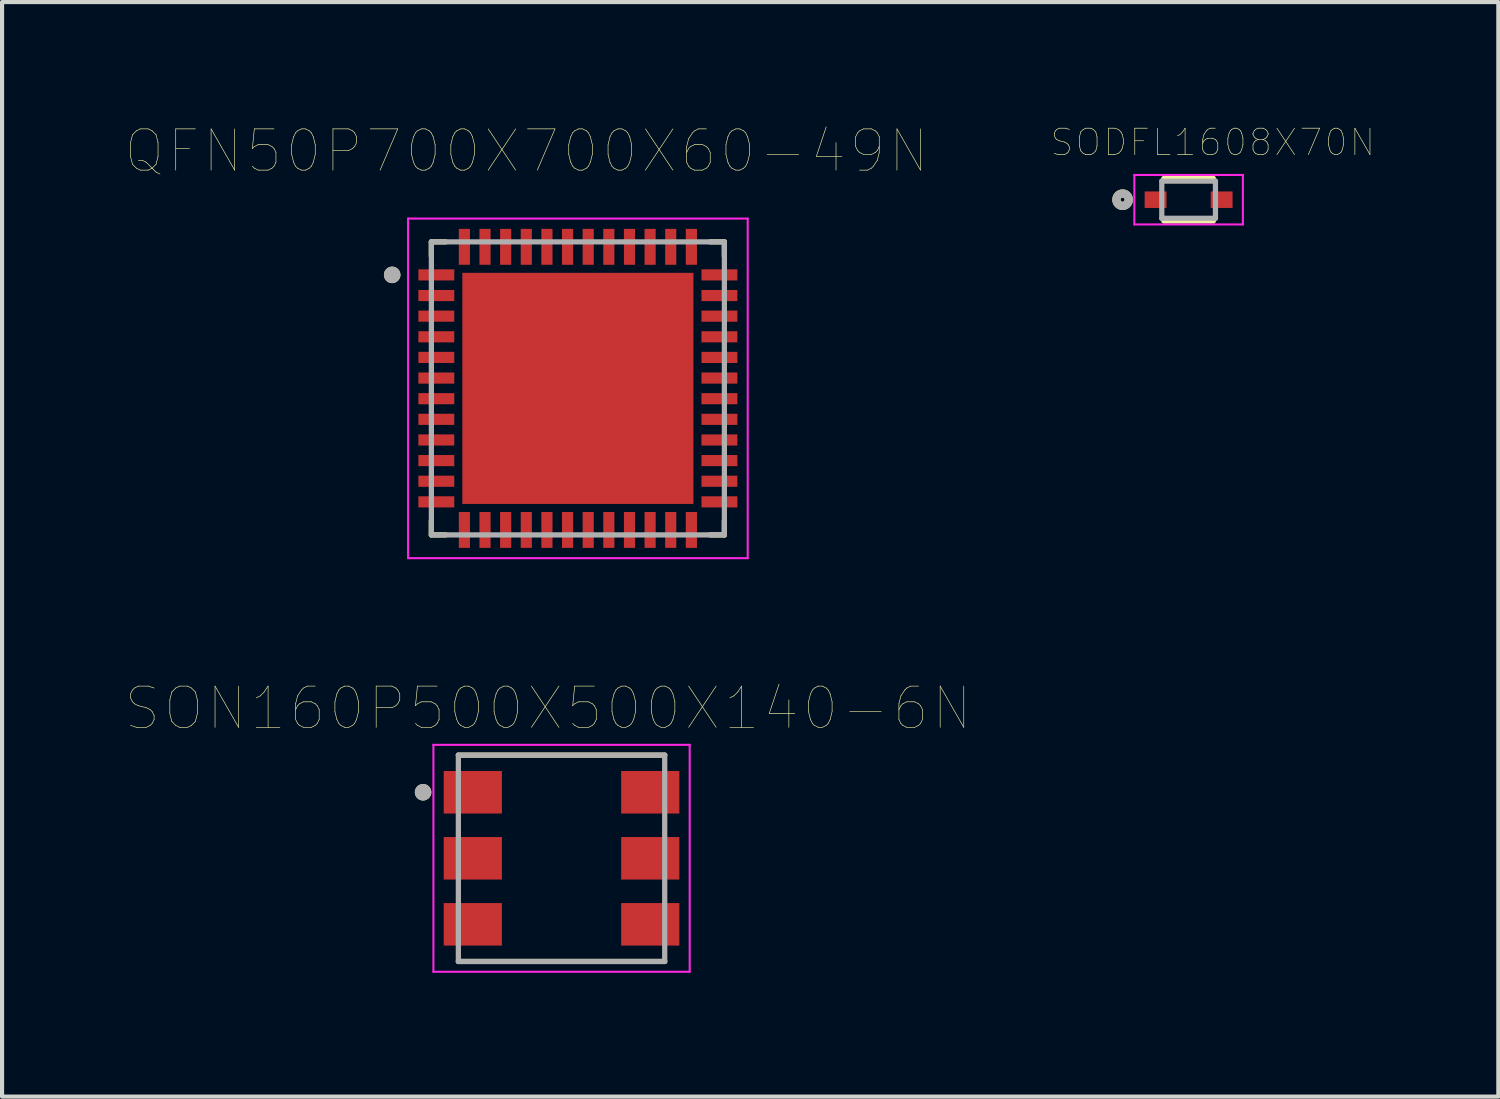
<source format=kicad_pcb>
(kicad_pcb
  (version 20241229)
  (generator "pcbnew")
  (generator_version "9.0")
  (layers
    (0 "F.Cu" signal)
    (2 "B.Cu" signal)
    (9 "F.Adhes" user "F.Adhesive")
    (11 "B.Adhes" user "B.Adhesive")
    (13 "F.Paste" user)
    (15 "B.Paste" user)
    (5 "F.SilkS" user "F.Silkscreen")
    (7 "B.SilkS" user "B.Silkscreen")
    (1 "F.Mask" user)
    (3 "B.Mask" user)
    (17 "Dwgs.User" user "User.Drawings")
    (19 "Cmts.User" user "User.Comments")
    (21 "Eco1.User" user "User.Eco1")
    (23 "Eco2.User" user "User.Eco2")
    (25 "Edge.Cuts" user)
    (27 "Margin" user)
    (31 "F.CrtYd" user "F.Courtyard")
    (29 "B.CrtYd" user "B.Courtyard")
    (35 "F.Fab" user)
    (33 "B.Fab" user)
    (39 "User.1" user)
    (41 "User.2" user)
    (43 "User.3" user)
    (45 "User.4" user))
  (footprint "SON160P500X500X140-6N"
    (layer "F.Cu")
    (at 10.557 17.748)
    (property "Reference" "SON160P500X500X140-6N" (at -0.325 -3.635 0) (layer "F.SilkS") (effects (font (size 1 1) (thickness 0.015))))
    (attr through_hole)
    (fp_line (start -2.5 -2.5) (end 2.5 -2.5) (stroke (width 0.127) (type solid)) (layer "F.SilkS"))
    (fp_line (start -2.5 2.5) (end 2.5 2.5) (stroke (width 0.127) (type solid)) (layer "F.SilkS"))
    (fp_circle (center -3.355 -1.6) (end -3.255 -1.6) (stroke (width 0.2) (type solid)) (fill no) (layer "F.SilkS"))
    (fp_line (start -3.105 -2.75) (end -3.105 2.75) (stroke (width 0.05) (type solid)) (layer "F.CrtYd"))
    (fp_line (start -3.105 -2.75) (end 3.105 -2.75) (stroke (width 0.05) (type solid)) (layer "F.CrtYd"))
    (fp_line (start -3.105 2.75) (end 3.105 2.75) (stroke (width 0.05) (type solid)) (layer "F.CrtYd"))
    (fp_line (start 3.105 -2.75) (end 3.105 2.75) (stroke (width 0.05) (type solid)) (layer "F.CrtYd"))
    (fp_line (start -2.5 -2.5) (end -2.5 2.5) (stroke (width 0.127) (type solid)) (layer "F.Fab"))
    (fp_line (start -2.5 -2.5) (end 2.5 -2.5) (stroke (width 0.127) (type solid)) (layer "F.Fab"))
    (fp_line (start -2.5 2.5) (end 2.5 2.5) (stroke (width 0.127) (type solid)) (layer "F.Fab"))
    (fp_line (start 2.5 -2.5) (end 2.5 2.5) (stroke (width 0.127) (type solid)) (layer "F.Fab"))
    (fp_circle (center -3.355 -1.6) (end -3.255 -1.6) (stroke (width 0.2) (type solid)) (fill no) (layer "F.Fab"))
    (pad "1" smd rect (at -2.15 -1.6) (size 1.41 1.03) (layers "F.Cu" "F.Mask" "F.Paste"))
    (pad "2" smd rect (at -2.15 0) (size 1.41 1.03) (layers "F.Cu" "F.Mask" "F.Paste"))
    (pad "3" smd rect (at -2.15 1.6) (size 1.41 1.03) (layers "F.Cu" "F.Mask" "F.Paste"))
    (pad "4" smd rect (at 2.15 1.6) (size 1.41 1.03) (layers "F.Cu" "F.Mask" "F.Paste"))
    (pad "5" smd rect (at 2.15 0) (size 1.41 1.03) (layers "F.Cu" "F.Mask" "F.Paste"))
    (pad "6" smd rect (at 2.15 -1.6) (size 1.41 1.03) (layers "F.Cu" "F.Mask" "F.Paste")))
  (footprint "QFN50P700X700X60-49N"
    (layer "F.Cu")
    (at 10.953 6.361)
    (property "Reference" "QFN50P700X700X60-49N" (at -1.245 -5.75 0) (layer "F.SilkS") (effects (font (size 1 1) (thickness 0.015))))
    (attr through_hole)
    (fp_line (start -3.55 -3.55) (end -3.55 -3.205) (stroke (width 0.127) (type solid)) (layer "F.SilkS"))
    (fp_line (start -3.55 -3.55) (end -3.205 -3.55) (stroke (width 0.127) (type solid)) (layer "F.SilkS"))
    (fp_line (start -3.55 3.55) (end -3.55 3.205) (stroke (width 0.127) (type solid)) (layer "F.SilkS"))
    (fp_line (start -3.55 3.55) (end -3.205 3.55) (stroke (width 0.127) (type solid)) (layer "F.SilkS"))
    (fp_line (start 3.55 -3.55) (end 3.205 -3.55) (stroke (width 0.127) (type solid)) (layer "F.SilkS"))
    (fp_line (start 3.55 -3.55) (end 3.55 -3.205) (stroke (width 0.127) (type solid)) (layer "F.SilkS"))
    (fp_line (start 3.55 3.55) (end 3.205 3.55) (stroke (width 0.127) (type solid)) (layer "F.SilkS"))
    (fp_line (start 3.55 3.55) (end 3.55 3.205) (stroke (width 0.127) (type solid)) (layer "F.SilkS"))
    (fp_circle (center -4.5 -2.75) (end -4.4 -2.75) (stroke (width 0.2) (type solid)) (fill no) (layer "F.SilkS"))
    (fp_poly (pts (xy -2.29 -2.29) (xy -0.51 -2.29) (xy -0.51 -0.51) (xy -2.29 -0.51)) (stroke (width 0.01) (type solid)) (fill yes) (layer "F.Paste"))
    (fp_poly (pts (xy -2.29 0.51) (xy -0.51 0.51) (xy -0.51 2.29) (xy -2.29 2.29)) (stroke (width 0.01) (type solid)) (fill yes) (layer "F.Paste"))
    (fp_poly (pts (xy 0.51 -2.29) (xy 2.29 -2.29) (xy 2.29 -0.51) (xy 0.51 -0.51)) (stroke (width 0.01) (type solid)) (fill yes) (layer "F.Paste"))
    (fp_poly (pts (xy 0.51 0.51) (xy 2.29 0.51) (xy 2.29 2.29) (xy 0.51 2.29)) (stroke (width 0.01) (type solid)) (fill yes) (layer "F.Paste"))
    (fp_line (start -4.115 -4.115) (end 4.115 -4.115) (stroke (width 0.05) (type solid)) (layer "F.CrtYd"))
    (fp_line (start -4.115 4.115) (end -4.115 -4.115) (stroke (width 0.05) (type solid)) (layer "F.CrtYd"))
    (fp_line (start -4.115 4.115) (end 4.115 4.115) (stroke (width 0.05) (type solid)) (layer "F.CrtYd"))
    (fp_line (start 4.115 4.115) (end 4.115 -4.115) (stroke (width 0.05) (type solid)) (layer "F.CrtYd"))
    (fp_line (start -3.55 3.55) (end -3.55 -3.55) (stroke (width 0.127) (type solid)) (layer "F.Fab"))
    (fp_line (start 3.55 -3.55) (end -3.55 -3.55) (stroke (width 0.127) (type solid)) (layer "F.Fab"))
    (fp_line (start 3.55 3.55) (end -3.55 3.55) (stroke (width 0.127) (type solid)) (layer "F.Fab"))
    (fp_line (start 3.55 3.55) (end 3.55 -3.55) (stroke (width 0.127) (type solid)) (layer "F.Fab"))
    (fp_circle (center -4.5 -2.75) (end -4.4 -2.75) (stroke (width 0.2) (type solid)) (fill no) (layer "F.Fab"))
    (pad "1" smd rect (at -3.43 -2.75) (size 0.87 0.27) (layers "F.Cu" "F.Mask" "F.Paste"))
    (pad "2" smd rect (at -3.43 -2.25) (size 0.87 0.27) (layers "F.Cu" "F.Mask" "F.Paste"))
    (pad "3" smd rect (at -3.43 -1.75) (size 0.87 0.27) (layers "F.Cu" "F.Mask" "F.Paste"))
    (pad "4" smd rect (at -3.43 -1.25) (size 0.87 0.27) (layers "F.Cu" "F.Mask" "F.Paste"))
    (pad "5" smd rect (at -3.43 -0.75) (size 0.87 0.27) (layers "F.Cu" "F.Mask" "F.Paste"))
    (pad "6" smd rect (at -3.43 -0.25) (size 0.87 0.27) (layers "F.Cu" "F.Mask" "F.Paste"))
    (pad "7" smd rect (at -3.43 0.25) (size 0.87 0.27) (layers "F.Cu" "F.Mask" "F.Paste"))
    (pad "8" smd rect (at -3.43 0.75) (size 0.87 0.27) (layers "F.Cu" "F.Mask" "F.Paste"))
    (pad "9" smd rect (at -3.43 1.25) (size 0.87 0.27) (layers "F.Cu" "F.Mask" "F.Paste"))
    (pad "10" smd rect (at -3.43 1.75) (size 0.87 0.27) (layers "F.Cu" "F.Mask" "F.Paste"))
    (pad "11" smd rect (at -3.43 2.25) (size 0.87 0.27) (layers "F.Cu" "F.Mask" "F.Paste"))
    (pad "12" smd rect (at -3.43 2.75) (size 0.87 0.27) (layers "F.Cu" "F.Mask" "F.Paste"))
    (pad "13" smd rect (at -2.75 3.43) (size 0.27 0.87) (layers "F.Cu" "F.Mask" "F.Paste"))
    (pad "14" smd rect (at -2.25 3.43) (size 0.27 0.87) (layers "F.Cu" "F.Mask" "F.Paste"))
    (pad "15" smd rect (at -1.75 3.43) (size 0.27 0.87) (layers "F.Cu" "F.Mask" "F.Paste"))
    (pad "16" smd rect (at -1.25 3.43) (size 0.27 0.87) (layers "F.Cu" "F.Mask" "F.Paste"))
    (pad "17" smd rect (at -0.75 3.43) (size 0.27 0.87) (layers "F.Cu" "F.Mask" "F.Paste"))
    (pad "18" smd rect (at -0.25 3.43) (size 0.27 0.87) (layers "F.Cu" "F.Mask" "F.Paste"))
    (pad "19" smd rect (at 0.25 3.43) (size 0.27 0.87) (layers "F.Cu" "F.Mask" "F.Paste"))
    (pad "20" smd rect (at 0.75 3.43) (size 0.27 0.87) (layers "F.Cu" "F.Mask" "F.Paste"))
    (pad "21" smd rect (at 1.25 3.43) (size 0.27 0.87) (layers "F.Cu" "F.Mask" "F.Paste"))
    (pad "22" smd rect (at 1.75 3.43) (size 0.27 0.87) (layers "F.Cu" "F.Mask" "F.Paste"))
    (pad "23" smd rect (at 2.25 3.43) (size 0.27 0.87) (layers "F.Cu" "F.Mask" "F.Paste"))
    (pad "24" smd rect (at 2.75 3.43) (size 0.27 0.87) (layers "F.Cu" "F.Mask" "F.Paste"))
    (pad "25" smd rect (at 3.43 2.75) (size 0.87 0.27) (layers "F.Cu" "F.Mask" "F.Paste"))
    (pad "26" smd rect (at 3.43 2.25) (size 0.87 0.27) (layers "F.Cu" "F.Mask" "F.Paste"))
    (pad "27" smd rect (at 3.43 1.75) (size 0.87 0.27) (layers "F.Cu" "F.Mask" "F.Paste"))
    (pad "28" smd rect (at 3.43 1.25) (size 0.87 0.27) (layers "F.Cu" "F.Mask" "F.Paste"))
    (pad "29" smd rect (at 3.43 0.75) (size 0.87 0.27) (layers "F.Cu" "F.Mask" "F.Paste"))
    (pad "30" smd rect (at 3.43 0.25) (size 0.87 0.27) (layers "F.Cu" "F.Mask" "F.Paste"))
    (pad "31" smd rect (at 3.43 -0.25) (size 0.87 0.27) (layers "F.Cu" "F.Mask" "F.Paste"))
    (pad "32" smd rect (at 3.43 -0.75) (size 0.87 0.27) (layers "F.Cu" "F.Mask" "F.Paste"))
    (pad "33" smd rect (at 3.43 -1.25) (size 0.87 0.27) (layers "F.Cu" "F.Mask" "F.Paste"))
    (pad "34" smd rect (at 3.43 -1.75) (size 0.87 0.27) (layers "F.Cu" "F.Mask" "F.Paste"))
    (pad "35" smd rect (at 3.43 -2.25) (size 0.87 0.27) (layers "F.Cu" "F.Mask" "F.Paste"))
    (pad "36" smd rect (at 3.43 -2.75) (size 0.87 0.27) (layers "F.Cu" "F.Mask" "F.Paste"))
    (pad "37" smd rect (at 2.75 -3.43) (size 0.27 0.87) (layers "F.Cu" "F.Mask" "F.Paste"))
    (pad "38" smd rect (at 2.25 -3.43) (size 0.27 0.87) (layers "F.Cu" "F.Mask" "F.Paste"))
    (pad "39" smd rect (at 1.75 -3.43) (size 0.27 0.87) (layers "F.Cu" "F.Mask" "F.Paste"))
    (pad "40" smd rect (at 1.25 -3.43) (size 0.27 0.87) (layers "F.Cu" "F.Mask" "F.Paste"))
    (pad "41" smd rect (at 0.75 -3.43) (size 0.27 0.87) (layers "F.Cu" "F.Mask" "F.Paste"))
    (pad "42" smd rect (at 0.25 -3.43) (size 0.27 0.87) (layers "F.Cu" "F.Mask" "F.Paste"))
    (pad "43" smd rect (at -0.25 -3.43) (size 0.27 0.87) (layers "F.Cu" "F.Mask" "F.Paste"))
    (pad "44" smd rect (at -0.75 -3.43) (size 0.27 0.87) (layers "F.Cu" "F.Mask" "F.Paste"))
    (pad "45" smd rect (at -1.25 -3.43) (size 0.27 0.87) (layers "F.Cu" "F.Mask" "F.Paste"))
    (pad "46" smd rect (at -1.75 -3.43) (size 0.27 0.87) (layers "F.Cu" "F.Mask" "F.Paste"))
    (pad "47" smd rect (at -2.25 -3.43) (size 0.27 0.87) (layers "F.Cu" "F.Mask" "F.Paste"))
    (pad "48" smd rect (at -2.75 -3.43) (size 0.27 0.87) (layers "F.Cu" "F.Mask" "F.Paste"))
    (pad "49" smd rect (at 0 0) (size 5.6 5.6) (layers "F.Cu" "F.Mask")))
  (footprint "SODFL1608X70N"
    (layer "F.Cu")
    (at 25.752 1.789)
    (property "Reference" "SODFL1608X70N" (at 0.585 -1.388 0) (layer "F.SilkS") (effects (font (size 0.64 0.64) (thickness 0.015))))
    (attr through_hole)
    (fp_line (start -0.6 -0.515) (end 0.6 -0.515) (stroke (width 0.127) (type solid)) (layer "F.SilkS"))
    (fp_line (start 0.6 0.515) (end -0.6 0.515) (stroke (width 0.127) (type solid)) (layer "F.SilkS"))
    (fp_circle (center -1.6 0) (end -1.55 0) (stroke (width 0.2) (type solid)) (fill no) (layer "F.SilkS"))
    (fp_line (start -1.315 -0.6) (end 1.315 -0.6) (stroke (width 0.05) (type solid)) (layer "F.CrtYd"))
    (fp_line (start -1.315 0.6) (end -1.315 -0.6) (stroke (width 0.05) (type solid)) (layer "F.CrtYd"))
    (fp_line (start 1.315 -0.6) (end 1.315 0.6) (stroke (width 0.05) (type solid)) (layer "F.CrtYd"))
    (fp_line (start 1.315 0.6) (end -1.315 0.6) (stroke (width 0.05) (type solid)) (layer "F.CrtYd"))
    (fp_line (start -0.65 -0.45) (end 0.65 -0.45) (stroke (width 0.127) (type solid)) (layer "F.Fab"))
    (fp_line (start -0.65 0.45) (end -0.65 -0.45) (stroke (width 0.127) (type solid)) (layer "F.Fab"))
    (fp_line (start 0.65 -0.45) (end 0.65 0.45) (stroke (width 0.127) (type solid)) (layer "F.Fab"))
    (fp_line (start 0.65 0.45) (end -0.65 0.45) (stroke (width 0.127) (type solid)) (layer "F.Fab"))
    (fp_circle (center -1.6 0) (end -1.55 0) (stroke (width 0.2) (type solid)) (fill no) (layer "F.Fab"))
    (pad "A" smd rect (at 0.8 0) (size 0.53 0.4) (layers "F.Cu" "F.Mask" "F.Paste"))
    (pad "C" smd rect (at -0.8 0) (size 0.53 0.4) (layers "F.Cu" "F.Mask" "F.Paste")))
  (gr_rect
    (start -3 -3)
    (end 33.257 23.523)
    (stroke (width 0.1) (type default))
    (fill no)
    (layer "Edge.Cuts")))
</source>
